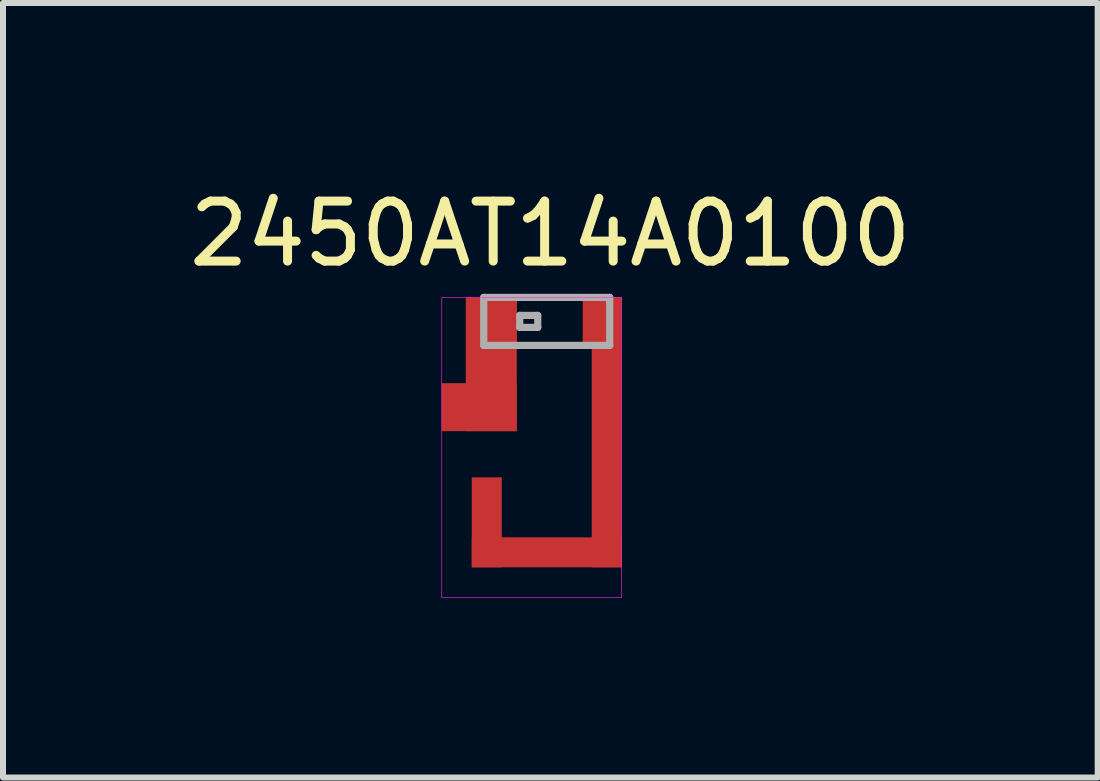
<source format=kicad_pcb>
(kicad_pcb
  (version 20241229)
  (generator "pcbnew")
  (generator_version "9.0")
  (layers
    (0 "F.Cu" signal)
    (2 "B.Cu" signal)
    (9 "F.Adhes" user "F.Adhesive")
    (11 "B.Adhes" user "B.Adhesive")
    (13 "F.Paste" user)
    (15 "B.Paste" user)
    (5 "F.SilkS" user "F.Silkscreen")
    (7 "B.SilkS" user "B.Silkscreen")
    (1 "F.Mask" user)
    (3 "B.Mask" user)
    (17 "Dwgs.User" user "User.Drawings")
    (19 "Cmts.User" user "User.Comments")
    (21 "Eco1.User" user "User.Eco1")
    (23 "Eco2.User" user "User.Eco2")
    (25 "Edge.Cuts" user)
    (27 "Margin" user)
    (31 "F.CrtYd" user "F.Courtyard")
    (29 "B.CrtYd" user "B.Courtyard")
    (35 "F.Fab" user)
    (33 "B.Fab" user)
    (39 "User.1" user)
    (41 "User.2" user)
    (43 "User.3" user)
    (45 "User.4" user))
  (footprint "2450AT14A0100"
    (layer "F.Cu")
    (at 6.115 2.308)
    (property "Reference" "2450AT14A0100" (at 0.01 -1.46 0) (layer "F.SilkS") (effects (font (size 1 1) (thickness 0.15))))
    (attr through_hole)
    (fp_line (start -1.8 -0.4) (end 1.2 -0.4) (stroke (width 0.01) (type solid)) (layer "F.CrtYd"))
    (fp_line (start -1.8 4.6) (end -1.8 -0.4) (stroke (width 0.01) (type solid)) (layer "F.CrtYd"))
    (fp_line (start 1.2 -0.4) (end 1.2 4.6) (stroke (width 0.01) (type solid)) (layer "F.CrtYd"))
    (fp_line (start 1.2 4.6) (end -1.8 4.6) (stroke (width 0.01) (type solid)) (layer "F.CrtYd"))
    (fp_line (start -1.1 -0.4) (end -1.1 0.4) (stroke (width 0.12) (type solid)) (layer "F.Fab"))
    (fp_line (start -1.1 0.4) (end 1 0.4) (stroke (width 0.12) (type solid)) (layer "F.Fab"))
    (fp_line (start -0.5 -0.1) (end -0.5 0.1) (stroke (width 0.12) (type solid)) (layer "F.Fab"))
    (fp_line (start -0.5 0.1) (end -0.2 0.1) (stroke (width 0.12) (type solid)) (layer "F.Fab"))
    (fp_line (start -0.2 -0.1) (end -0.5 -0.1) (stroke (width 0.12) (type solid)) (layer "F.Fab"))
    (fp_line (start -0.2 0.1) (end -0.2 -0.1) (stroke (width 0.12) (type solid)) (layer "F.Fab"))
    (fp_line (start 1 -0.4) (end -1.1 -0.4) (stroke (width 0.12) (type solid)) (layer "F.Fab"))
    (fp_line (start 1 0.4) (end 1 -0.4) (stroke (width 0.12) (type solid)) (layer "F.Fab"))
    (pad "1" connect rect (at -1.175 1.43) (size 1.25 0.8) (layers "F.Cu"))
    (pad "1" connect rect (at -0.975 0.715) (size 0.85 2.23) (layers "F.Cu"))
    (pad "1" smd rect (at -0.825 0) (size 0.55 0.8) (layers "F.Cu" "F.Mask" "F.Paste"))
    (pad "2" connect rect (at -1.05 3.35) (size 0.5 1.5) (layers "F.Cu"))
    (pad "2" connect rect (at -0.05 3.85) (size 2.5 0.5) (layers "F.Cu"))
    (pad "2" smd rect (at 0.825 0) (size 0.55 0.8) (layers "F.Cu" "F.Mask" "F.Paste"))
    (pad "2" connect rect (at 0.95 1.85) (size 0.5 4.5) (layers "F.Cu")))
  (gr_rect
    (start -3 -3)
    (end 15.25 9.913)
    (stroke (width 0.1) (type default))
    (fill no)
    (layer "Edge.Cuts")))
</source>
